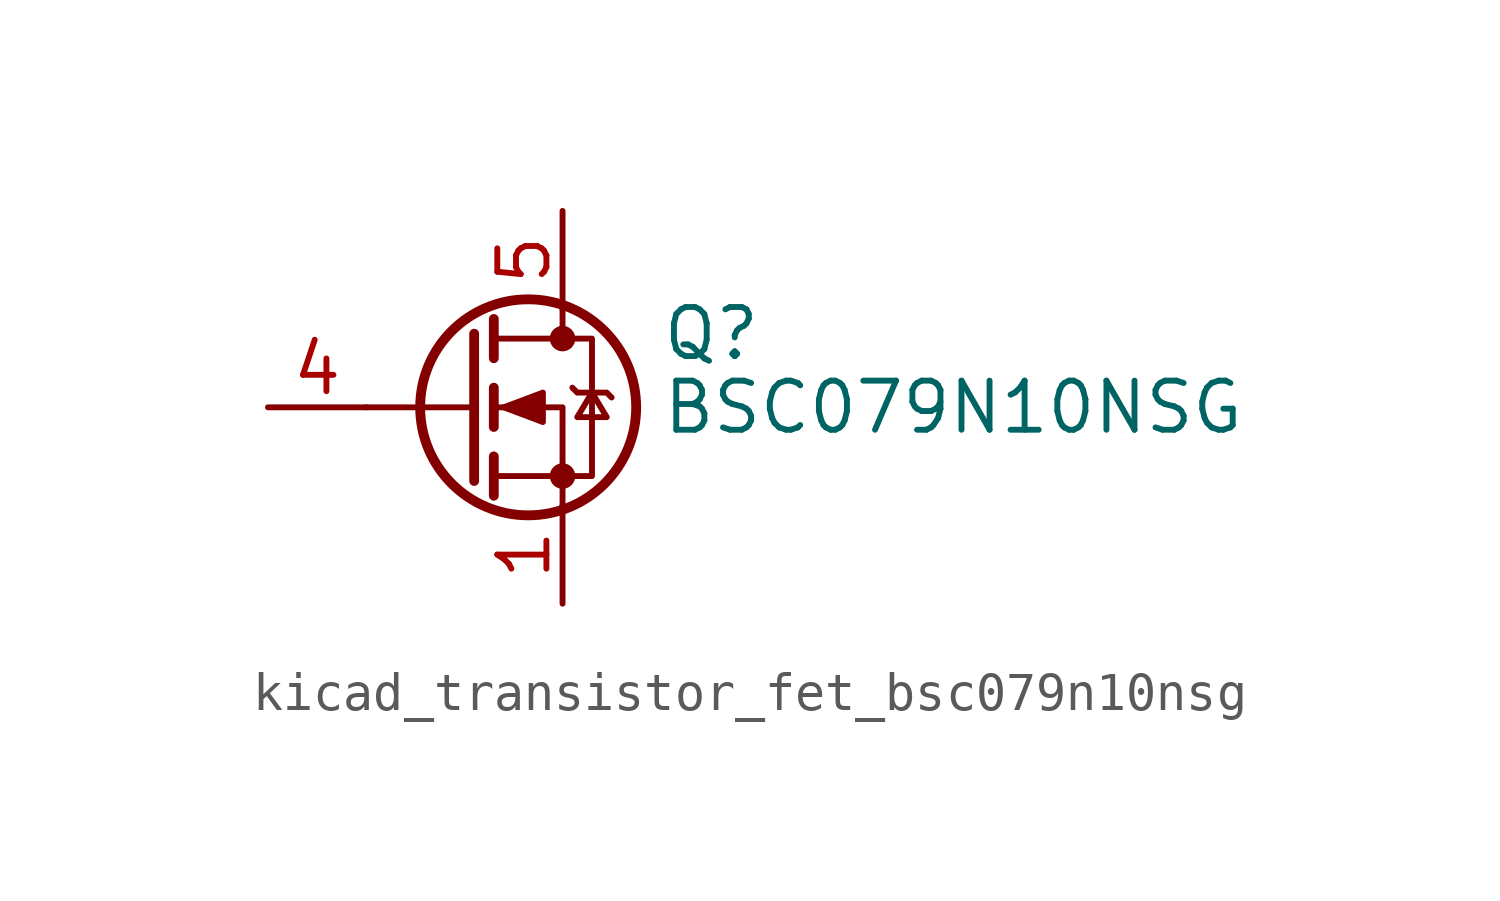
<source format=kicad_sym>
(kicad_symbol_lib
  (version 20220914)
  (generator kicad_symbol_editor)
  (symbol "kicad_transistor_fet_bsc079n10nsg"
    (pin_names hide)
    (property "Reference" "Q"
      (at 5.08 1.905 0)
      (effects (font (size 1.27 1.27)) (justify left)))
    (property "Value" "BSC079N10NSG"
      (at 5.08 0 0)
      (effects (font (size 1.27 1.27)) (justify left)))
    (symbol "kicad_transistor_fet_bsc079n10nsg_0_1"
      (polyline (pts (xy 0.254 0) (xy -2.54 0)) (stroke (width 0) (type default)) (fill (type none)))
      (polyline (pts (xy 0.254 1.905) (xy 0.254 -1.905)) (stroke (width 0.254) (type default)) (fill (type none)))
      (polyline (pts (xy 0.762 -1.27) (xy 0.762 -2.286)) (stroke (width 0.254) (type default)) (fill (type none)))
      (polyline (pts (xy 0.762 0.508) (xy 0.762 -0.508)) (stroke (width 0.254) (type default)) (fill (type none)))
      (polyline (pts (xy 0.762 2.286) (xy 0.762 1.27)) (stroke (width 0.254) (type default)) (fill (type none)))
      (polyline (pts (xy 2.54 2.54) (xy 2.54 1.778)) (stroke (width 0) (type default)) (fill (type none)))
      (polyline (pts (xy 2.54 -2.54) (xy 2.54 0) (xy 0.762 0)) (stroke (width 0) (type default)) (fill (type none)))
      (polyline (pts (xy 0.762 -1.778) (xy 3.302 -1.778) (xy 3.302 1.778) (xy 0.762 1.778)) (stroke (width 0) (type default)) (fill (type none)))
      (polyline (pts (xy 1.016 0) (xy 2.032 0.381) (xy 2.032 -0.381) (xy 1.016 0)) (stroke (width 0) (type default)) (fill (type outline)))
      (polyline (pts (xy 2.794 0.508) (xy 2.921 0.381) (xy 3.683 0.381) (xy 3.81 0.254)) (stroke (width 0) (type default)) (fill (type none)))
      (polyline (pts (xy 3.302 0.381) (xy 2.921 -0.254) (xy 3.683 -0.254) (xy 3.302 0.381)) (stroke (width 0) (type default)) (fill (type none)))
      (circle (center 1.651 0) (radius 2.794) (stroke (width 0.254) (type default)) (fill (type none)))
      (circle (center 2.54 -1.778) (radius 0.254) (stroke (width 0) (type default)) (fill (type outline)))
      (circle (center 2.54 1.778) (radius 0.254) (stroke (width 0) (type default)) (fill (type outline))))
    (symbol "kicad_transistor_fet_bsc079n10nsg_1_1"
      (pin passive line (at 2.54 -5.08 90) (length 2.54) (name "S" (effects (font (size 1.27 1.27)))) (number "1" (effects (font (size 1.27 1.27)))))
      (pin passive line (at 2.54 -5.08 90) (length 2.54) hide (name "S" (effects (font (size 1.27 1.27)))) (number "2" (effects (font (size 1.27 1.27)))))
      (pin passive line (at 2.54 -5.08 90) (length 2.54) hide (name "S" (effects (font (size 1.27 1.27)))) (number "3" (effects (font (size 1.27 1.27)))))
      (pin passive line (at -5.08 0 0) (length 2.54) (name "G" (effects (font (size 1.27 1.27)))) (number "4" (effects (font (size 1.27 1.27)))))
      (pin passive line (at 2.54 5.08 270) (length 2.54) (name "D" (effects (font (size 1.27 1.27)))) (number "5" (effects (font (size 1.27 1.27))))))))
</source>
